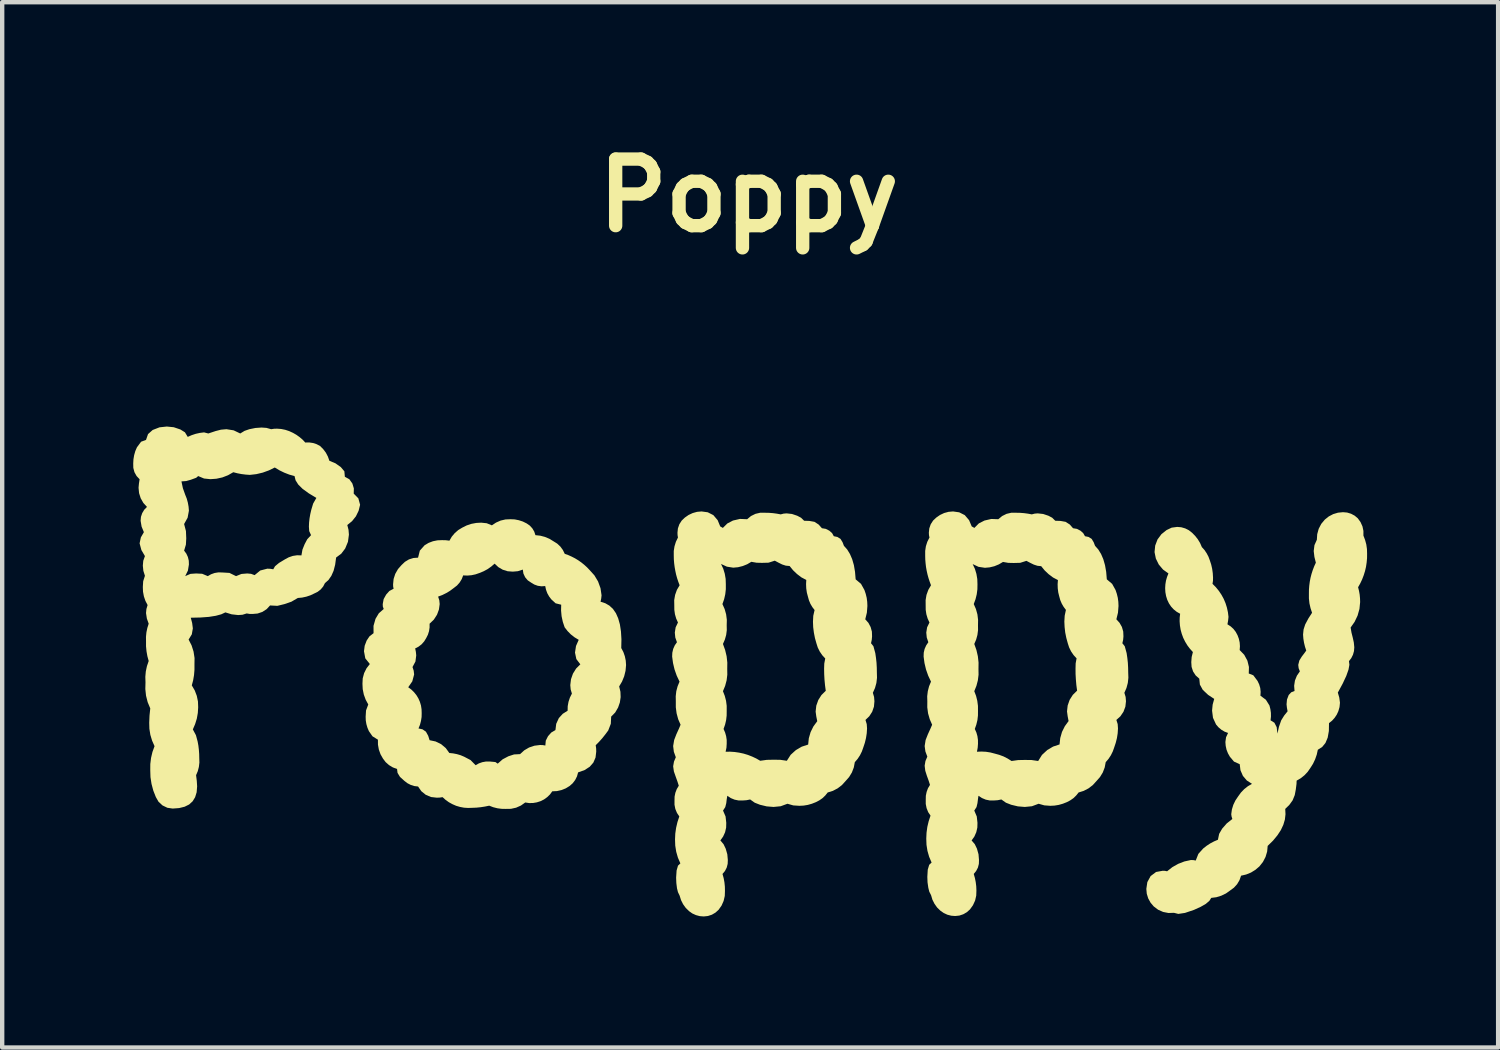
<source format=kicad_pcb>
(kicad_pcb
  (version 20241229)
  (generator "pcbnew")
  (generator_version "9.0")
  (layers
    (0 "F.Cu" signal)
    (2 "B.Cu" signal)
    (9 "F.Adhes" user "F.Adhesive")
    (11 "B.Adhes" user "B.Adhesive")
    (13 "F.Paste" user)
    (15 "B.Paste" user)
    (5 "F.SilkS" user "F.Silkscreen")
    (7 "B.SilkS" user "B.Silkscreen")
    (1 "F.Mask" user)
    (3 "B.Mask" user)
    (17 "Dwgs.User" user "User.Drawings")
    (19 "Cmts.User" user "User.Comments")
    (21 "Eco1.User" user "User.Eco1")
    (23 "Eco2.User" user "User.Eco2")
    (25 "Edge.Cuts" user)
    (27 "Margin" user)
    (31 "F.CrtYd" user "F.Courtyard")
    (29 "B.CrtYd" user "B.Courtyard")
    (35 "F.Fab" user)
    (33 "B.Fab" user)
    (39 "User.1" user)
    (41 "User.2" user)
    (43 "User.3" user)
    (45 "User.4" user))
  (footprint "Poppy"
    (layer "F.Cu")
    (at 14.093 11.568)
    (property "Reference" "Poppy" (at 0 -10.141 0) (layer "F.SilkS") (effects (font (size 1.524 1.524) (thickness 0.305))))
    (attr exclude_from_pos_files exclude_from_bom)
    (fp_poly (pts (xy -9.076 -3.549) (xy -10.017 -2.945) (xy -9.974 -3.089) (xy -9.9 -3.219) (xy -10.076 -3.325) (xy -10.215 -3.426) (xy -10.315 -3.525) (xy -10.376 -3.622) (xy -10.4 -3.719) (xy -10.519 -3.752) (xy -10.635 -3.797) (xy -10.746 -3.851) (xy -10.852 -3.915) (xy -10.987 -3.849) (xy -11.128 -3.798) (xy -11.275 -3.763) (xy -11.424 -3.746) (xy -11.52 -3.753) (xy -11.615 -3.765) (xy -11.709 -3.783) (xy -11.802 -3.807) (xy -11.923 -3.738) (xy -12.052 -3.688) (xy -12.188 -3.658) (xy -12.327 -3.648) (xy -12.472 -3.663) (xy -12.606 -3.719) (xy -12.651 -3.68) (xy -12.776 -3.634) (xy -12.88 -3.605) (xy -12.989 -3.597) (xy -12.956 -3.441) (xy -12.903 -3.292) (xy -12.868 -3.204) (xy -12.843 -3.113) (xy -12.826 -3.02) (xy -12.818 -2.926) (xy -12.848 -2.765) (xy -12.928 -2.621) (xy -12.886 -2.46) (xy -12.879 -2.293) (xy -12.887 -2.149) (xy -12.928 -2.012) (xy -12.877 -1.943) (xy -12.841 -1.865) (xy -12.821 -1.781) (xy -12.818 -1.695) (xy -12.841 -1.555) (xy -12.903 -1.428) (xy -12.783 -1.48) (xy -12.654 -1.489) (xy -12.514 -1.482) (xy -12.386 -1.428) (xy -12.311 -1.471) (xy -12.23 -1.5) (xy -12.144 -1.514) (xy -12.058 -1.512) (xy -11.89 -1.502) (xy -11.739 -1.428) (xy -11.616 -1.478) (xy -11.484 -1.489) (xy -11.396 -1.481) (xy -11.314 -1.451) (xy -11.185 -1.557) (xy -11.023 -1.599) (xy -10.955 -1.596) (xy -10.887 -1.585) (xy -10.847 -1.654) (xy -10.758 -1.729) (xy -10.62 -1.812) (xy -10.533 -1.859) (xy -10.439 -1.891) (xy -10.341 -1.906) (xy -10.242 -1.903) (xy -10.219 -2.035) (xy -10.169 -2.159) (xy -10.109 -2.272) (xy -10.022 -2.366) (xy -10.064 -2.459) (xy -10.071 -2.56) (xy -10.067 -2.658) (xy -10.056 -2.754) (xy -10.039 -2.85) (xy -10.017 -2.945) (xy -9.076 -3.549) (xy -9.042 -3.436) (xy -9.045 -3.317) (xy -8.939 -3.209) (xy -8.899 -3.062) (xy -8.933 -2.924) (xy -8.995 -2.797) (xy -9.083 -2.687) (xy -9.192 -2.598) (xy -9.164 -2.489) (xy -9.155 -2.378) (xy -9.177 -2.214) (xy -9.24 -2.061) (xy -9.329 -1.943) (xy -9.448 -1.854) (xy -9.47 -1.69) (xy -9.506 -1.55) (xy -9.558 -1.433) (xy -9.624 -1.339) (xy -9.704 -1.268) (xy -9.744 -1.191) (xy -9.8 -1.124) (xy -9.869 -1.07) (xy -9.948 -1.031) (xy -10.037 -0.989) (xy -10.13 -0.958) (xy -10.227 -0.937) (xy -10.325 -0.928) (xy -10.471 -0.843) (xy -10.63 -0.788) (xy -10.793 -0.748) (xy -10.96 -0.757) (xy -11.039 -0.672) (xy -11.136 -0.609) (xy -11.246 -0.572) (xy -11.362 -0.562) (xy -11.429 -0.563) (xy -11.495 -0.574) (xy -11.591 -0.544) (xy -11.692 -0.537) (xy -11.84 -0.554) (xy -11.983 -0.598) (xy -12.078 -0.554) (xy -12.204 -0.52) (xy -12.363 -0.495) (xy -12.553 -0.481) (xy -12.776 -0.476) (xy -12.744 -0.356) (xy -12.728 -0.232) (xy -12.752 -0.095) (xy -12.825 0.024) (xy -12.757 0.157) (xy -12.712 0.299) (xy -12.689 0.447) (xy -12.691 0.596) (xy -12.691 0.717) (xy -12.701 0.837) (xy -12.721 0.956) (xy -12.752 1.073) (xy -12.685 1.188) (xy -12.638 1.311) (xy -12.611 1.441) (xy -12.606 1.573) (xy -12.614 1.704) (xy -12.637 1.834) (xy -12.676 1.96) (xy -12.728 2.081) (xy -12.657 2.214) (xy -12.618 2.36) (xy -12.601 2.454) (xy -12.59 2.549) (xy -12.583 2.644) (xy -12.581 2.74) (xy -12.578 2.84) (xy -12.59 2.94) (xy -12.615 3.037) (xy -12.654 3.129) (xy -12.638 3.257) (xy -12.63 3.385) (xy -12.641 3.52) (xy -12.676 3.634) (xy -12.733 3.727) (xy -12.813 3.8) (xy -12.916 3.851) (xy -13.042 3.882) (xy -13.19 3.893) (xy -13.312 3.875) (xy -13.423 3.821) (xy -13.514 3.737) (xy -13.575 3.63) (xy -13.633 3.483) (xy -13.674 3.329) (xy -13.698 3.173) (xy -13.703 3.014) (xy -13.702 2.874) (xy -13.685 2.734) (xy -13.653 2.598) (xy -13.605 2.465) (xy -13.661 2.338) (xy -13.701 2.205) (xy -13.723 2.068) (xy -13.727 1.929) (xy -13.72 1.764) (xy -13.703 1.6) (xy -13.762 1.458) (xy -13.8 1.309) (xy -13.816 1.156) (xy -13.812 1.002) (xy -13.816 0.878) (xy -13.805 0.754) (xy -13.779 0.632) (xy -13.739 0.515) (xy -13.769 0.404) (xy -13.789 0.292) (xy -13.8 0.178) (xy -13.8 0.064) (xy -13.801 -0.038) (xy -13.791 -0.141) (xy -13.77 -0.241) (xy -13.739 -0.339) (xy -13.781 -0.458) (xy -13.8 -0.583) (xy -13.791 -0.676) (xy -13.764 -0.766) (xy -13.814 -0.862) (xy -13.849 -0.965) (xy -13.869 -1.072) (xy -13.873 -1.18) (xy -13.865 -1.311) (xy -13.825 -1.436) (xy -13.861 -1.55) (xy -13.873 -1.668) (xy -13.863 -1.78) (xy -13.825 -1.887) (xy -13.906 -2.025) (xy -13.947 -2.179) (xy -13.918 -2.315) (xy -13.849 -2.435) (xy -13.901 -2.561) (xy -13.924 -2.696) (xy -13.916 -2.786) (xy -13.887 -2.871) (xy -13.841 -2.948) (xy -13.778 -3.013) (xy -13.861 -3.104) (xy -13.922 -3.211) (xy -13.959 -3.328) (xy -13.971 -3.451) (xy -13.962 -3.549) (xy -13.947 -3.646) (xy -14.016 -3.72) (xy -14.065 -3.808) (xy -14.091 -3.906) (xy -14.093 -4.007) (xy -14.088 -4.102) (xy -14.072 -4.197) (xy -14.046 -4.289) (xy -14.008 -4.377) (xy -13.913 -4.505) (xy -13.8 -4.547) (xy -13.754 -4.68) (xy -13.648 -4.774) (xy -13.491 -4.835) (xy -13.324 -4.853) (xy -13.165 -4.837) (xy -13.014 -4.786) (xy -12.909 -4.721) (xy -12.845 -4.616) (xy -12.756 -4.655) (xy -12.663 -4.686) (xy -12.568 -4.707) (xy -12.471 -4.719) (xy -12.374 -4.694) (xy -12.205 -4.75) (xy -12.084 -4.781) (xy -11.959 -4.792) (xy -11.794 -4.766) (xy -11.643 -4.694) (xy -11.544 -4.754) (xy -11.434 -4.792) (xy -11.296 -4.82) (xy -11.155 -4.83) (xy -11.043 -4.822) (xy -10.935 -4.792) (xy -10.868 -4.802) (xy -10.801 -4.804) (xy -10.706 -4.797) (xy -10.612 -4.778) (xy -10.522 -4.748) (xy -10.435 -4.708) (xy -10.357 -4.663) (xy -10.284 -4.611) (xy -10.216 -4.553) (xy -10.154 -4.487) (xy -10.066 -4.489) (xy -9.978 -4.476) (xy -9.894 -4.449) (xy -9.816 -4.408) (xy -9.744 -4.336) (xy -9.683 -4.255) (xy -9.636 -4.165) (xy -9.602 -4.069) (xy -9.463 -4.011) (xy -9.34 -3.924) (xy -9.259 -3.828) (xy -9.248 -3.703) (xy -9.145 -3.646) (xy -9.076 -3.549)) (stroke (width 0) (type solid)) (fill yes) (layer "F.SilkS"))
    (fp_poly (pts (xy 13.283 1.937) (xy 13.28 2.117) (xy 13.253 2.269) (xy 13.202 2.391) (xy 13.127 2.483) (xy 13.027 2.547) (xy 13.003 2.657) (xy 12.966 2.764) (xy 12.918 2.866) (xy 12.858 2.961) (xy 12.796 3.051) (xy 12.721 3.131) (xy 12.636 3.199) (xy 12.542 3.254) (xy 12.539 3.329) (xy 12.523 3.456) (xy 12.499 3.584) (xy 12.45 3.705) (xy 12.374 3.81) (xy 12.281 3.901) (xy 12.287 4.023) (xy 12.273 4.145) (xy 12.237 4.266) (xy 12.18 4.387) (xy 12.101 4.507) (xy 12.001 4.628) (xy 11.879 4.748) (xy 11.867 4.877) (xy 11.83 5.001) (xy 11.77 5.116) (xy 11.69 5.217) (xy 11.599 5.295) (xy 11.497 5.358) (xy 11.386 5.403) (xy 11.27 5.43) (xy 11.234 5.532) (xy 11.179 5.625) (xy 11.106 5.705) (xy 11.019 5.769) (xy 10.923 5.837) (xy 10.817 5.888) (xy 10.704 5.923) (xy 10.587 5.938) (xy 10.544 6.006) (xy 10.463 6.075) (xy 10.345 6.143) (xy 10.191 6.213) (xy 9.986 6.282) (xy 9.833 6.305) (xy 9.734 6.28) (xy 9.608 6.284) (xy 9.485 6.26) (xy 9.37 6.209) (xy 9.27 6.133) (xy 9.198 6.048) (xy 9.144 5.95) (xy 9.111 5.843) (xy 9.101 5.732) (xy 9.124 5.577) (xy 9.199 5.439) (xy 9.324 5.345) (xy 9.478 5.317) (xy 9.528 5.319) (xy 9.576 5.329) (xy 9.697 5.234) (xy 9.83 5.159) (xy 9.972 5.104) (xy 10.122 5.071) (xy 10.177 5.073) (xy 10.232 5.083) (xy 10.292 4.931) (xy 10.401 4.809) (xy 10.479 4.747) (xy 10.561 4.693) (xy 10.649 4.646) (xy 10.74 4.607) (xy 10.768 4.472) (xy 10.838 4.352) (xy 10.944 4.231) (xy 11.07 4.132) (xy 11.053 4.078) (xy 11.045 4.023) (xy 11.06 3.913) (xy 11.093 3.806) (xy 11.141 3.706) (xy 11.204 3.613) (xy 11.267 3.526) (xy 11.342 3.448) (xy 11.427 3.381) (xy 11.52 3.327) (xy 11.402 3.251) (xy 11.312 3.145) (xy 11.256 3.016) (xy 11.239 2.877) (xy 11.108 2.818) (xy 11.014 2.707) (xy 10.97 2.629) (xy 10.937 2.546) (xy 10.918 2.458) (xy 10.911 2.369) (xy 10.926 2.261) (xy 10.972 2.162) (xy 10.892 2.132) (xy 10.818 2.088) (xy 10.753 2.033) (xy 10.697 1.968) (xy 10.627 1.816) (xy 10.606 1.651) (xy 10.619 1.514) (xy 10.655 1.382) (xy 10.515 1.29) (xy 10.393 1.175) (xy 10.327 1.055) (xy 10.313 0.919) (xy 10.231 0.846) (xy 10.171 0.754) (xy 10.137 0.65) (xy 10.13 0.54) (xy 10.139 0.423) (xy 10.167 0.31) (xy 10.101 0.237) (xy 10.041 0.158) (xy 9.99 0.074) (xy 9.946 -0.015) (xy 9.912 -0.107) (xy 9.886 -0.202) (xy 9.87 -0.3) (xy 9.863 -0.398) (xy 9.865 -0.483) (xy 9.875 -0.567) (xy 9.797 -0.611) (xy 9.728 -0.666) (xy 9.668 -0.731) (xy 9.619 -0.804) (xy 9.58 -0.886) (xy 9.553 -0.972) (xy 9.537 -1.061) (xy 9.532 -1.152) (xy 9.537 -1.239) (xy 9.551 -1.325) (xy 9.575 -1.409) (xy 9.607 -1.49) (xy 9.484 -1.578) (xy 9.386 -1.694) (xy 9.319 -1.83) (xy 9.289 -1.978) (xy 9.304 -2.128) (xy 9.357 -2.268) (xy 9.447 -2.389) (xy 9.565 -2.483) (xy 9.681 -2.538) (xy 9.808 -2.555) (xy 9.901 -2.547) (xy 9.991 -2.521) (xy 10.074 -2.479) (xy 10.147 -2.422) (xy 10.218 -2.35) (xy 10.28 -2.271) (xy 10.332 -2.185) (xy 10.372 -2.093) (xy 10.432 -2.026) (xy 10.482 -1.952) (xy 10.524 -1.872) (xy 10.555 -1.788) (xy 10.586 -1.693) (xy 10.608 -1.596) (xy 10.622 -1.497) (xy 10.628 -1.397) (xy 10.627 -1.324) (xy 10.616 -1.252) (xy 10.692 -1.175) (xy 10.76 -1.092) (xy 10.82 -1.003) (xy 10.872 -0.908) (xy 10.914 -0.809) (xy 10.946 -0.707) (xy 10.969 -0.601) (xy 10.982 -0.495) (xy 10.973 -0.409) (xy 10.958 -0.325) (xy 11.031 -0.278) (xy 11.095 -0.22) (xy 11.148 -0.151) (xy 11.189 -0.075) (xy 11.219 0.006) (xy 11.238 0.091) (xy 11.244 0.178) (xy 11.238 0.264) (xy 11.343 0.374) (xy 11.415 0.508) (xy 11.45 0.652) (xy 11.446 0.801) (xy 11.55 0.842) (xy 11.646 0.97) (xy 11.684 1.049) (xy 11.709 1.134) (xy 11.718 1.221) (xy 11.713 1.309) (xy 11.838 1.402) (xy 11.92 1.534) (xy 11.941 1.617) (xy 11.953 1.702) (xy 11.954 1.787) (xy 11.945 1.873) (xy 12.033 1.928) (xy 12.085 2.029) (xy 12.103 2.177) (xy 12.137 2.022) (xy 12.189 1.873) (xy 12.256 1.765) (xy 12.335 1.666) (xy 12.32 1.587) (xy 12.311 1.507) (xy 12.321 1.397) (xy 12.36 1.294) (xy 12.417 1.232) (xy 12.494 1.202) (xy 12.485 1.082) (xy 12.503 0.963) (xy 12.548 0.851) (xy 12.616 0.752) (xy 12.588 0.68) (xy 12.579 0.604) (xy 12.604 0.504) (xy 12.658 0.416) (xy 12.724 0.329) (xy 12.762 0.276) (xy 12.733 0.187) (xy 12.711 0.096) (xy 12.696 0.003) (xy 12.689 -0.09) (xy 12.701 -0.208) (xy 12.738 -0.322) (xy 12.811 -0.459) (xy 12.895 -0.589) (xy 12.86 -0.695) (xy 12.835 -0.805) (xy 12.823 -0.916) (xy 12.823 -1.028) (xy 12.824 -1.12) (xy 12.831 -1.211) (xy 12.843 -1.302) (xy 12.86 -1.391) (xy 12.883 -1.48) (xy 12.911 -1.567) (xy 12.944 -1.653) (xy 12.982 -1.736) (xy 12.949 -1.868) (xy 12.933 -2.003) (xy 12.95 -2.138) (xy 13.005 -2.261) (xy 13.013 -2.388) (xy 13.047 -2.512) (xy 13.106 -2.625) (xy 13.188 -2.723) (xy 13.278 -2.795) (xy 13.379 -2.848) (xy 13.489 -2.881) (xy 13.603 -2.892) (xy 13.697 -2.884) (xy 13.787 -2.857) (xy 13.87 -2.813) (xy 13.942 -2.752) (xy 14.005 -2.665) (xy 14.049 -2.567) (xy 14.071 -2.463) (xy 14.071 -2.356) (xy 14.109 -2.256) (xy 14.137 -2.153) (xy 14.152 -2.047) (xy 14.155 -1.941) (xy 14.154 -1.84) (xy 14.145 -1.74) (xy 14.13 -1.64) (xy 14.107 -1.542) (xy 14.077 -1.446) (xy 14.041 -1.352) (xy 13.998 -1.261) (xy 13.949 -1.174) (xy 13.97 -1.09) (xy 13.985 -1.006) (xy 13.993 -0.921) (xy 13.996 -0.835) (xy 13.98 -0.677) (xy 13.937 -0.524) (xy 13.869 -0.381) (xy 13.778 -0.251) (xy 13.798 -0.134) (xy 13.827 -0.019) (xy 13.851 0.09) (xy 13.862 0.201) (xy 13.855 0.288) (xy 13.832 0.371) (xy 13.793 0.449) (xy 13.74 0.518) (xy 13.75 0.601) (xy 13.729 0.714) (xy 13.678 0.858) (xy 13.596 1.033) (xy 13.485 1.238) (xy 13.518 1.352) (xy 13.534 1.47) (xy 13.524 1.569) (xy 13.497 1.664) (xy 13.46 1.744) (xy 13.411 1.817) (xy 13.352 1.882) (xy 13.283 1.937)) (stroke (width 0) (type solid)) (fill yes) (layer "F.SilkS"))
    (fp_poly (pts (xy -5.565 3.901) (xy -5.931 2.816) (xy -5.802 2.828) (xy -5.748 2.865) (xy -5.636 2.766) (xy -5.504 2.696) (xy -5.374 2.654) (xy -5.237 2.647) (xy -5.141 2.56) (xy -5.03 2.495) (xy -4.908 2.454) (xy -4.78 2.438) (xy -4.718 2.44) (xy -4.658 2.45) (xy -4.648 2.338) (xy -4.597 2.237) (xy -4.523 2.153) (xy -4.427 2.096) (xy -4.409 1.953) (xy -4.349 1.822) (xy -4.26 1.724) (xy -4.148 1.653) (xy -4.146 1.55) (xy -4.128 1.45) (xy -4.096 1.353) (xy -4.05 1.261) (xy -4.078 1.166) (xy -4.087 1.067) (xy -4.071 0.932) (xy -4.026 0.804) (xy -3.954 0.688) (xy -3.857 0.591) (xy -3.948 0.471) (xy -3.979 0.323) (xy -3.956 0.171) (xy -3.894 0.03) (xy -3.987 -0.026) (xy -4.073 -0.093) (xy -4.149 -0.17) (xy -4.216 -0.256) (xy -4.258 -0.381) (xy -4.286 -0.51) (xy -4.298 -0.642) (xy -4.295 -0.774) (xy -4.423 -0.806) (xy -4.521 -0.896) (xy -4.572 -0.963) (xy -4.614 -1.038) (xy -4.643 -1.118) (xy -4.661 -1.201) (xy -4.746 -1.195) (xy -4.831 -1.207) (xy -4.911 -1.236) (xy -4.984 -1.28) (xy -5.061 -1.332) (xy -5.121 -1.403) (xy -5.16 -1.487) (xy -5.174 -1.578) (xy -5.287 -1.541) (xy -5.404 -1.531) (xy -5.521 -1.54) (xy -5.633 -1.575) (xy -5.734 -1.634) (xy -5.819 -1.714) (xy -5.897 -1.647) (xy -5.981 -1.588) (xy -6.072 -1.539) (xy -6.166 -1.5) (xy -6.256 -1.469) (xy -6.349 -1.449) (xy -6.444 -1.441) (xy -6.539 -1.445) (xy -6.572 -1.36) (xy -6.62 -1.282) (xy -6.68 -1.214) (xy -6.752 -1.158) (xy -6.835 -1.096) (xy -6.923 -1.042) (xy -7.016 -0.996) (xy -7.113 -0.959) (xy -7.086 -0.876) (xy -7.077 -0.789) (xy -7.094 -0.664) (xy -7.138 -0.545) (xy -7.211 -0.432) (xy -7.308 -0.339) (xy -7.308 -0.253) (xy -7.321 -0.168) (xy -7.347 -0.086) (xy -7.386 -0.009) (xy -7.432 0.066) (xy -7.49 0.132) (xy -7.56 0.186) (xy -7.638 0.227) (xy -7.622 0.306) (xy -7.614 0.386) (xy -7.632 0.527) (xy -7.699 0.653) (xy -7.672 0.736) (xy -7.662 0.823) (xy -7.704 0.981) (xy -7.797 1.116) (xy -7.727 1.168) (xy -7.665 1.228) (xy -7.61 1.296) (xy -7.565 1.371) (xy -7.53 1.45) (xy -7.505 1.534) (xy -7.492 1.62) (xy -7.489 1.707) (xy -7.491 1.797) (xy -7.505 1.887) (xy -7.528 1.975) (xy -7.562 2.059) (xy -7.47 2.079) (xy -7.392 2.133) (xy -7.34 2.227) (xy -7.308 2.328) (xy -7.171 2.357) (xy -7.045 2.418) (xy -6.938 2.508) (xy -6.856 2.621) (xy -6.768 2.63) (xy -6.682 2.647) (xy -6.598 2.672) (xy -6.517 2.706) (xy -6.37 2.783) (xy -6.254 2.901) (xy -6.18 2.859) (xy -6.1 2.831) (xy -6.016 2.816) (xy -5.931 2.816) (xy -5.565 3.901) (xy -5.662 3.899) (xy -5.758 3.886) (xy -5.852 3.862) (xy -5.943 3.827) (xy -6.04 3.847) (xy -6.137 3.862) (xy -6.235 3.872) (xy -6.334 3.876) (xy -6.427 3.879) (xy -6.52 3.873) (xy -6.611 3.856) (xy -6.7 3.83) (xy -6.785 3.793) (xy -6.867 3.748) (xy -6.942 3.694) (xy -7.011 3.632) (xy -7.078 3.642) (xy -7.145 3.644) (xy -7.275 3.629) (xy -7.396 3.578) (xy -7.497 3.496) (xy -7.572 3.388) (xy -7.657 3.378) (xy -7.739 3.352) (xy -7.815 3.313) (xy -7.883 3.261) (xy -7.986 3.168) (xy -8.042 3.076) (xy -8.053 2.987) (xy -8.149 2.951) (xy -8.237 2.898) (xy -8.314 2.83) (xy -8.376 2.748) (xy -8.432 2.649) (xy -8.47 2.542) (xy -8.49 2.43) (xy -8.491 2.316) (xy -8.615 2.239) (xy -8.698 2.12) (xy -8.731 2.042) (xy -8.755 1.96) (xy -8.769 1.876) (xy -8.772 1.791) (xy -8.763 1.646) (xy -8.712 1.51) (xy -8.771 1.401) (xy -8.814 1.283) (xy -8.839 1.161) (xy -8.845 1.036) (xy -8.839 0.912) (xy -8.807 0.793) (xy -8.752 0.682) (xy -8.676 0.584) (xy -8.78 0.454) (xy -8.81 0.291) (xy -8.794 0.166) (xy -8.749 0.047) (xy -8.684 -0.05) (xy -8.591 -0.122) (xy -8.592 -0.29) (xy -8.546 -0.451) (xy -8.47 -0.578) (xy -8.358 -0.676) (xy -8.378 -0.729) (xy -8.381 -0.786) (xy -8.36 -0.902) (xy -8.302 -1.006) (xy -8.229 -1.088) (xy -8.132 -1.14) (xy -8.142 -1.188) (xy -8.144 -1.238) (xy -8.132 -1.362) (xy -8.094 -1.48) (xy -8.032 -1.589) (xy -7.95 -1.682) (xy -7.872 -1.756) (xy -7.781 -1.811) (xy -7.679 -1.843) (xy -7.572 -1.851) (xy -7.531 -2.013) (xy -7.42 -2.137) (xy -7.329 -2.19) (xy -7.231 -2.227) (xy -7.128 -2.248) (xy -7.023 -2.252) (xy -6.938 -2.25) (xy -6.854 -2.24) (xy -6.8 -2.332) (xy -6.732 -2.413) (xy -6.652 -2.483) (xy -6.561 -2.538) (xy -6.459 -2.589) (xy -6.351 -2.625) (xy -6.239 -2.646) (xy -6.126 -2.652) (xy -6 -2.639) (xy -5.882 -2.591) (xy -5.787 -2.654) (xy -5.682 -2.7) (xy -5.571 -2.726) (xy -5.457 -2.731) (xy -5.36 -2.727) (xy -5.265 -2.708) (xy -5.173 -2.678) (xy -5.086 -2.635) (xy -5.015 -2.586) (xy -4.956 -2.522) (xy -4.912 -2.448) (xy -4.885 -2.366) (xy -4.774 -2.354) (xy -4.667 -2.326) (xy -4.565 -2.283) (xy -4.47 -2.225) (xy -4.387 -2.173) (xy -4.315 -2.106) (xy -4.257 -2.027) (xy -4.214 -1.939) (xy -4.133 -1.91) (xy -4.055 -1.875) (xy -3.979 -1.836) (xy -3.905 -1.791) (xy -3.835 -1.742) (xy -3.768 -1.688) (xy -3.704 -1.63) (xy -3.645 -1.568) (xy -3.535 -1.446) (xy -3.451 -1.306) (xy -3.395 -1.151) (xy -3.371 -0.989) (xy -3.379 -0.915) (xy -3.394 -0.842) (xy -3.285 -0.807) (xy -3.19 -0.752) (xy -3.109 -0.676) (xy -3.042 -0.579) (xy -2.99 -0.461) (xy -2.951 -0.322) (xy -2.927 -0.163) (xy -2.916 0.017) (xy -2.92 0.218) (xy -2.872 0.309) (xy -2.838 0.406) (xy -2.817 0.507) (xy -2.81 0.609) (xy -2.822 0.739) (xy -2.853 0.865) (xy -2.902 0.985) (xy -2.968 1.097) (xy -2.939 1.218) (xy -2.934 1.342) (xy -2.952 1.464) (xy -2.993 1.581) (xy -3.059 1.694) (xy -3.151 1.788) (xy -3.159 1.952) (xy -3.218 2.105) (xy -3.284 2.194) (xy -3.353 2.281) (xy -3.427 2.364) (xy -3.505 2.443) (xy -3.495 2.516) (xy -3.493 2.589) (xy -3.509 2.725) (xy -3.559 2.841) (xy -3.642 2.936) (xy -3.758 3.011) (xy -3.908 3.065) (xy -3.933 3.155) (xy -3.975 3.239) (xy -4.032 3.314) (xy -4.102 3.376) (xy -4.192 3.431) (xy -4.29 3.47) (xy -4.393 3.493) (xy -4.499 3.498) (xy -4.552 3.57) (xy -4.616 3.632) (xy -4.688 3.684) (xy -4.768 3.724) (xy -4.853 3.751) (xy -4.941 3.766) (xy -5.03 3.767) (xy -5.118 3.754) (xy -5.217 3.824) (xy -5.327 3.873) (xy -5.445 3.899) (xy -5.565 3.901)) (stroke (width 0) (type solid)) (fill yes) (layer "F.SilkS"))
    (fp_poly (pts (xy 2.822 -0.049) (xy 1.567 1.893) (xy 1.545 1.784) (xy 1.53 1.673) (xy 1.545 1.537) (xy 1.591 1.408) (xy 1.664 1.293) (xy 1.762 1.197) (xy 1.745 1.071) (xy 1.733 0.944) (xy 1.726 0.816) (xy 1.724 0.689) (xy 1.728 0.572) (xy 1.75 0.457) (xy 1.681 0.382) (xy 1.624 0.298) (xy 1.579 0.207) (xy 1.548 0.11) (xy 1.514 -0.011) (xy 1.49 -0.134) (xy 1.474 -0.259) (xy 1.469 -0.385) (xy 1.476 -0.52) (xy 1.506 -0.652) (xy 1.454 -0.72) (xy 1.41 -0.795) (xy 1.377 -0.874) (xy 1.354 -0.957) (xy 1.329 -1.051) (xy 1.315 -1.147) (xy 1.311 -1.244) (xy 1.316 -1.341) (xy 1.204 -1.4) (xy 1.103 -1.477) (xy 1.013 -1.563) (xy 0.934 -1.66) (xy 0.847 -1.668) (xy 0.764 -1.695) (xy 0.683 -1.735) (xy 0.595 -1.782) (xy 0.452 -1.736) (xy 0.302 -1.732) (xy 0.179 -1.735) (xy 0.058 -1.756) (xy -0.037 -1.7) (xy -0.139 -1.659) (xy -0.247 -1.632) (xy -0.357 -1.622) (xy -0.502 -1.645) (xy -0.636 -1.707) (xy -0.585 -1.598) (xy -0.55 -1.483) (xy -0.53 -1.365) (xy -0.526 -1.245) (xy -0.526 -1.128) (xy -0.539 -1.013) (xy -0.565 -0.899) (xy -0.604 -0.789) (xy -0.553 -0.674) (xy -0.519 -0.553) (xy -0.503 -0.428) (xy -0.506 -0.302) (xy -0.504 -0.191) (xy -0.518 -0.082) (xy -0.548 0.024) (xy -0.592 0.125) (xy -0.542 0.263) (xy -0.508 0.405) (xy -0.492 0.551) (xy -0.494 0.698) (xy -0.492 0.828) (xy -0.508 0.958) (xy -0.542 1.085) (xy -0.592 1.206) (xy -0.55 1.314) (xy -0.521 1.426) (xy -0.506 1.541) (xy -0.506 1.658) (xy -0.507 1.763) (xy -0.519 1.868) (xy -0.543 1.971) (xy -0.578 2.071) (xy -0.543 2.151) (xy -0.519 2.235) (xy -0.506 2.322) (xy -0.506 2.409) (xy -0.512 2.502) (xy -0.531 2.592) (xy -0.427 2.591) (xy -0.323 2.598) (xy -0.221 2.613) (xy -0.119 2.635) (xy -0.02 2.665) (xy 0.077 2.703) (xy 0.171 2.747) (xy 0.261 2.799) (xy 0.413 2.778) (xy 0.566 2.775) (xy 0.719 2.777) (xy 0.871 2.799) (xy 0.959 2.662) (xy 1.079 2.553) (xy 1.212 2.476) (xy 1.359 2.428) (xy 1.374 2.283) (xy 1.415 2.142) (xy 1.48 2.011) (xy 1.567 1.893) (xy 2.822 -0.049) (xy 2.815 0.03) (xy 2.798 0.108) (xy 2.853 0.177) (xy 2.896 0.335) (xy 2.912 0.445) (xy 2.924 0.556) (xy 2.93 0.667) (xy 2.932 0.779) (xy 2.935 0.899) (xy 2.921 1.018) (xy 2.889 1.133) (xy 2.84 1.243) (xy 2.868 1.338) (xy 2.876 1.437) (xy 2.865 1.56) (xy 2.825 1.676) (xy 2.759 1.779) (xy 2.671 1.864) (xy 2.7 1.96) (xy 2.707 2.059) (xy 2.7 2.17) (xy 2.683 2.279) (xy 2.657 2.387) (xy 2.622 2.492) (xy 2.589 2.585) (xy 2.545 2.674) (xy 2.491 2.756) (xy 2.427 2.831) (xy 2.404 2.952) (xy 2.36 3.067) (xy 2.296 3.172) (xy 2.214 3.265) (xy 2.131 3.356) (xy 2.033 3.431) (xy 1.924 3.488) (xy 1.806 3.525) (xy 1.751 3.594) (xy 1.687 3.655) (xy 1.615 3.705) (xy 1.537 3.746) (xy 1.446 3.782) (xy 1.352 3.809) (xy 1.256 3.825) (xy 1.159 3.83) (xy 1.019 3.821) (xy 0.885 3.783) (xy 0.73 3.84) (xy 0.566 3.856) (xy 0.409 3.843) (xy 0.256 3.806) (xy 0.136 3.759) (xy 0.031 3.685) (xy -0.053 3.702) (xy -0.138 3.708) (xy -0.233 3.708) (xy -0.326 3.689) (xy -0.413 3.653) (xy -0.492 3.6) (xy -0.506 3.684) (xy -0.516 3.769) (xy -0.539 3.86) (xy -0.59 3.939) (xy -0.532 4.074) (xy -0.516 4.22) (xy -0.519 4.329) (xy -0.543 4.435) (xy -0.588 4.534) (xy -0.651 4.623) (xy -0.578 4.709) (xy -0.529 4.811) (xy -0.492 4.94) (xy -0.48 5.073) (xy -0.484 5.16) (xy -0.506 5.245) (xy -0.546 5.323) (xy -0.602 5.39) (xy -0.576 5.485) (xy -0.558 5.581) (xy -0.548 5.679) (xy -0.546 5.778) (xy -0.55 5.894) (xy -0.577 6.009) (xy -0.624 6.115) (xy -0.692 6.211) (xy -0.763 6.275) (xy -0.845 6.323) (xy -0.936 6.353) (xy -1.031 6.363) (xy -1.122 6.356) (xy -1.211 6.332) (xy -1.294 6.294) (xy -1.369 6.241) (xy -1.444 6.167) (xy -1.505 6.082) (xy -1.552 5.988) (xy -1.583 5.888) (xy -1.622 5.806) (xy -1.644 5.718) (xy -1.659 5.598) (xy -1.664 5.476) (xy -1.653 5.31) (xy -1.621 5.2) (xy -1.567 5.148) (xy -1.623 5.017) (xy -1.662 4.881) (xy -1.684 4.741) (xy -1.689 4.599) (xy -1.683 4.465) (xy -1.664 4.332) (xy -1.633 4.201) (xy -1.591 4.074) (xy -1.645 3.992) (xy -1.682 3.902) (xy -1.701 3.806) (xy -1.701 3.708) (xy -1.699 3.618) (xy -1.681 3.53) (xy -1.649 3.447) (xy -1.603 3.37) (xy -1.634 3.273) (xy -1.676 3.156) (xy -1.715 3.044) (xy -1.732 2.926) (xy -1.713 2.818) (xy -1.671 2.718) (xy -1.716 2.593) (xy -1.732 2.462) (xy -1.709 2.324) (xy -1.659 2.194) (xy -1.598 2.06) (xy -1.562 1.974) (xy -1.617 1.847) (xy -1.653 1.713) (xy -1.671 1.576) (xy -1.671 1.437) (xy -1.673 1.322) (xy -1.66 1.206) (xy -1.63 1.094) (xy -1.586 0.987) (xy -1.65 0.851) (xy -1.7 0.709) (xy -1.735 0.562) (xy -1.755 0.413) (xy -1.751 0.325) (xy -1.731 0.238) (xy -1.695 0.157) (xy -1.645 0.085) (xy -1.683 -0.023) (xy -1.694 -0.136) (xy -1.675 -0.256) (xy -1.622 -0.366) (xy -1.663 -0.458) (xy -1.691 -0.556) (xy -1.705 -0.656) (xy -1.706 -0.757) (xy -1.708 -0.879) (xy -1.687 -0.999) (xy -1.646 -1.114) (xy -1.584 -1.219) (xy -1.615 -1.301) (xy -1.642 -1.383) (xy -1.665 -1.467) (xy -1.683 -1.552) (xy -1.698 -1.637) (xy -1.709 -1.723) (xy -1.716 -1.81) (xy -1.718 -1.897) (xy -1.718 -2.005) (xy -1.701 -2.111) (xy -1.669 -2.215) (xy -1.622 -2.312) (xy -1.631 -2.366) (xy -1.633 -2.422) (xy -1.623 -2.521) (xy -1.59 -2.616) (xy -1.536 -2.7) (xy -1.464 -2.769) (xy -1.379 -2.828) (xy -1.285 -2.872) (xy -1.185 -2.9) (xy -1.081 -2.909) (xy -0.94 -2.89) (xy -0.812 -2.825) (xy -0.713 -2.709) (xy -0.655 -2.567) (xy -0.594 -2.532) (xy -0.491 -2.634) (xy -0.362 -2.701) (xy -0.202 -2.738) (xy -0.038 -2.731) (xy 0.05 -2.804) (xy 0.152 -2.854) (xy 0.263 -2.88) (xy 0.377 -2.879) (xy 0.466 -2.877) (xy 0.555 -2.87) (xy 0.643 -2.858) (xy 0.731 -2.842) (xy 0.796 -2.859) (xy 0.864 -2.865) (xy 0.989 -2.851) (xy 1.108 -2.811) (xy 1.196 -2.765) (xy 1.267 -2.696) (xy 1.387 -2.692) (xy 1.504 -2.671) (xy 1.599 -2.609) (xy 1.674 -2.525) (xy 1.763 -2.51) (xy 1.843 -2.469) (xy 1.906 -2.414) (xy 1.946 -2.342) (xy 2.028 -2.325) (xy 2.099 -2.281) (xy 2.146 -2.205) (xy 2.178 -2.122) (xy 2.253 -2.037) (xy 2.316 -1.934) (xy 2.367 -1.815) (xy 2.406 -1.679) (xy 2.432 -1.525) (xy 2.446 -1.355) (xy 2.569 -1.251) (xy 2.647 -1.111) (xy 2.677 -1.022) (xy 2.699 -0.931) (xy 2.711 -0.839) (xy 2.715 -0.745) (xy 2.703 -0.591) (xy 2.666 -0.44) (xy 2.738 -0.359) (xy 2.789 -0.263) (xy 2.818 -0.158) (xy 2.822 -0.049)) (stroke (width 0) (type solid)) (fill yes) (layer "F.SilkS"))
    (fp_poly (pts (xy 8.577 -0.049) (xy 7.321 1.89) (xy 7.3 1.78) (xy 7.285 1.669) (xy 7.3 1.534) (xy 7.345 1.405) (xy 7.418 1.29) (xy 7.516 1.194) (xy 7.499 1.067) (xy 7.488 0.94) (xy 7.481 0.813) (xy 7.48 0.686) (xy 7.483 0.569) (xy 7.504 0.454) (xy 7.435 0.379) (xy 7.378 0.295) (xy 7.333 0.203) (xy 7.302 0.107) (xy 7.269 -0.014) (xy 7.244 -0.138) (xy 7.23 -0.262) (xy 7.224 -0.388) (xy 7.232 -0.523) (xy 7.26 -0.655) (xy 7.208 -0.724) (xy 7.165 -0.798) (xy 7.131 -0.878) (xy 7.108 -0.96) (xy 7.085 -1.053) (xy 7.073 -1.148) (xy 7.07 -1.243) (xy 7.077 -1.338) (xy 6.965 -1.397) (xy 6.864 -1.473) (xy 6.773 -1.559) (xy 6.694 -1.656) (xy 6.608 -1.665) (xy 6.525 -1.692) (xy 6.443 -1.732) (xy 6.356 -1.778) (xy 6.214 -1.733) (xy 6.065 -1.729) (xy 5.941 -1.732) (xy 5.819 -1.753) (xy 5.724 -1.697) (xy 5.622 -1.655) (xy 5.515 -1.629) (xy 5.406 -1.619) (xy 5.259 -1.641) (xy 5.125 -1.704) (xy 5.176 -1.595) (xy 5.211 -1.48) (xy 5.231 -1.361) (xy 5.235 -1.241) (xy 5.233 -1.125) (xy 5.218 -1.011) (xy 5.19 -0.898) (xy 5.15 -0.789) (xy 5.2 -0.674) (xy 5.234 -0.552) (xy 5.249 -0.427) (xy 5.247 -0.302) (xy 5.248 -0.191) (xy 5.234 -0.082) (xy 5.205 0.024) (xy 5.162 0.125) (xy 5.211 0.263) (xy 5.244 0.406) (xy 5.26 0.551) (xy 5.258 0.698) (xy 5.26 0.828) (xy 5.244 0.958) (xy 5.211 1.084) (xy 5.162 1.206) (xy 5.203 1.314) (xy 5.231 1.427) (xy 5.246 1.542) (xy 5.247 1.658) (xy 5.246 1.763) (xy 5.234 1.868) (xy 5.209 1.971) (xy 5.174 2.071) (xy 5.21 2.151) (xy 5.234 2.235) (xy 5.246 2.322) (xy 5.247 2.409) (xy 5.24 2.502) (xy 5.223 2.592) (xy 5.326 2.588) (xy 5.429 2.593) (xy 5.531 2.609) (xy 5.631 2.635) (xy 5.733 2.663) (xy 5.832 2.7) (xy 5.926 2.748) (xy 6.015 2.804) (xy 6.167 2.783) (xy 6.32 2.78) (xy 6.473 2.782) (xy 6.625 2.804) (xy 6.712 2.665) (xy 6.833 2.553) (xy 6.967 2.474) (xy 7.114 2.425) (xy 7.13 2.279) (xy 7.17 2.139) (xy 7.235 2.008) (xy 7.321 1.89) (xy 8.577 -0.049) (xy 8.57 0.03) (xy 8.552 0.108) (xy 8.607 0.177) (xy 8.65 0.335) (xy 8.666 0.445) (xy 8.678 0.556) (xy 8.684 0.667) (xy 8.686 0.779) (xy 8.69 0.898) (xy 8.677 1.017) (xy 8.646 1.133) (xy 8.598 1.243) (xy 8.627 1.338) (xy 8.635 1.437) (xy 8.621 1.561) (xy 8.577 1.678) (xy 8.507 1.781) (xy 8.415 1.864) (xy 8.445 1.959) (xy 8.452 2.059) (xy 8.445 2.17) (xy 8.428 2.279) (xy 8.401 2.387) (xy 8.366 2.492) (xy 8.333 2.585) (xy 8.289 2.674) (xy 8.235 2.756) (xy 8.171 2.831) (xy 8.148 2.952) (xy 8.104 3.067) (xy 8.04 3.172) (xy 7.958 3.265) (xy 7.875 3.356) (xy 7.777 3.431) (xy 7.667 3.488) (xy 7.55 3.525) (xy 7.495 3.594) (xy 7.432 3.655) (xy 7.36 3.705) (xy 7.282 3.746) (xy 7.191 3.782) (xy 7.097 3.809) (xy 7 3.825) (xy 6.903 3.83) (xy 6.766 3.82) (xy 6.635 3.783) (xy 6.482 3.84) (xy 6.319 3.856) (xy 6.161 3.843) (xy 6.007 3.806) (xy 5.887 3.759) (xy 5.782 3.685) (xy 5.698 3.702) (xy 5.612 3.708) (xy 5.518 3.708) (xy 5.425 3.689) (xy 5.337 3.652) (xy 5.258 3.6) (xy 5.247 3.673) (xy 5.235 3.769) (xy 5.213 3.86) (xy 5.162 3.939) (xy 5.219 4.074) (xy 5.235 4.22) (xy 5.232 4.328) (xy 5.208 4.434) (xy 5.164 4.534) (xy 5.101 4.623) (xy 5.174 4.709) (xy 5.223 4.811) (xy 5.259 4.94) (xy 5.27 5.073) (xy 5.267 5.16) (xy 5.245 5.245) (xy 5.205 5.322) (xy 5.15 5.39) (xy 5.176 5.482) (xy 5.195 5.576) (xy 5.207 5.671) (xy 5.211 5.767) (xy 5.207 5.885) (xy 5.181 5.999) (xy 5.132 6.106) (xy 5.064 6.201) (xy 4.993 6.265) (xy 4.91 6.313) (xy 4.82 6.343) (xy 4.725 6.353) (xy 4.634 6.346) (xy 4.545 6.323) (xy 4.462 6.284) (xy 4.386 6.231) (xy 4.311 6.158) (xy 4.25 6.072) (xy 4.203 5.978) (xy 4.173 5.877) (xy 4.132 5.796) (xy 4.11 5.708) (xy 4.092 5.583) (xy 4.087 5.457) (xy 4.097 5.291) (xy 4.13 5.181) (xy 4.185 5.129) (xy 4.129 4.998) (xy 4.09 4.862) (xy 4.068 4.722) (xy 4.063 4.58) (xy 4.069 4.446) (xy 4.087 4.313) (xy 4.118 4.183) (xy 4.16 4.055) (xy 4.106 3.974) (xy 4.07 3.883) (xy 4.051 3.787) (xy 4.051 3.69) (xy 4.053 3.6) (xy 4.071 3.512) (xy 4.102 3.428) (xy 4.148 3.351) (xy 4.117 3.254) (xy 4.075 3.138) (xy 4.04 3.027) (xy 4.026 2.912) (xy 4.044 2.805) (xy 4.087 2.704) (xy 4.043 2.586) (xy 4.026 2.462) (xy 4.048 2.324) (xy 4.099 2.194) (xy 4.16 2.06) (xy 4.197 1.974) (xy 4.142 1.847) (xy 4.104 1.714) (xy 4.086 1.576) (xy 4.087 1.437) (xy 4.084 1.322) (xy 4.098 1.206) (xy 4.127 1.094) (xy 4.171 0.987) (xy 4.107 0.851) (xy 4.057 0.709) (xy 4.022 0.562) (xy 4.002 0.413) (xy 4.005 0.325) (xy 4.025 0.239) (xy 4.061 0.158) (xy 4.11 0.085) (xy 4.074 -0.023) (xy 4.063 -0.136) (xy 4.082 -0.256) (xy 4.136 -0.366) (xy 4.094 -0.458) (xy 4.065 -0.555) (xy 4.05 -0.656) (xy 4.049 -0.757) (xy 4.048 -0.879) (xy 4.068 -0.999) (xy 4.11 -1.114) (xy 4.171 -1.219) (xy 4.141 -1.301) (xy 4.114 -1.383) (xy 4.091 -1.467) (xy 4.072 -1.552) (xy 4.057 -1.637) (xy 4.047 -1.723) (xy 4.04 -1.81) (xy 4.038 -1.897) (xy 4.038 -2.005) (xy 4.054 -2.112) (xy 4.087 -2.215) (xy 4.136 -2.312) (xy 4.125 -2.366) (xy 4.122 -2.422) (xy 4.132 -2.521) (xy 4.165 -2.616) (xy 4.219 -2.7) (xy 4.292 -2.769) (xy 4.377 -2.828) (xy 4.472 -2.873) (xy 4.572 -2.9) (xy 4.676 -2.909) (xy 4.817 -2.889) (xy 4.944 -2.825) (xy 5.043 -2.709) (xy 5.103 -2.567) (xy 5.164 -2.532) (xy 5.266 -2.635) (xy 5.396 -2.701) (xy 5.552 -2.737) (xy 5.712 -2.731) (xy 5.8 -2.804) (xy 5.901 -2.854) (xy 6.012 -2.88) (xy 6.125 -2.879) (xy 6.215 -2.877) (xy 6.303 -2.87) (xy 6.392 -2.858) (xy 6.479 -2.842) (xy 6.545 -2.859) (xy 6.613 -2.865) (xy 6.739 -2.851) (xy 6.859 -2.811) (xy 6.946 -2.765) (xy 7.016 -2.696) (xy 7.136 -2.692) (xy 7.253 -2.671) (xy 7.348 -2.61) (xy 7.423 -2.525) (xy 7.512 -2.51) (xy 7.592 -2.469) (xy 7.655 -2.414) (xy 7.697 -2.342) (xy 7.779 -2.325) (xy 7.849 -2.281) (xy 7.895 -2.205) (xy 7.927 -2.122) (xy 8.002 -2.037) (xy 8.065 -1.934) (xy 8.116 -1.815) (xy 8.155 -1.679) (xy 8.182 -1.525) (xy 8.196 -1.355) (xy 8.318 -1.251) (xy 8.396 -1.111) (xy 8.426 -1.022) (xy 8.448 -0.931) (xy 8.46 -0.839) (xy 8.464 -0.745) (xy 8.452 -0.591) (xy 8.415 -0.44) (xy 8.488 -0.359) (xy 8.542 -0.264) (xy 8.572 -0.159) (xy 8.577 -0.049)) (stroke (width 0) (type solid)) (fill yes) (layer "F.SilkS")))
  (gr_rect
    (start -3 -3)
    (end 31.248 20.931)
    (stroke (width 0.1) (type default))
    (fill no)
    (layer "Edge.Cuts")))
</source>
